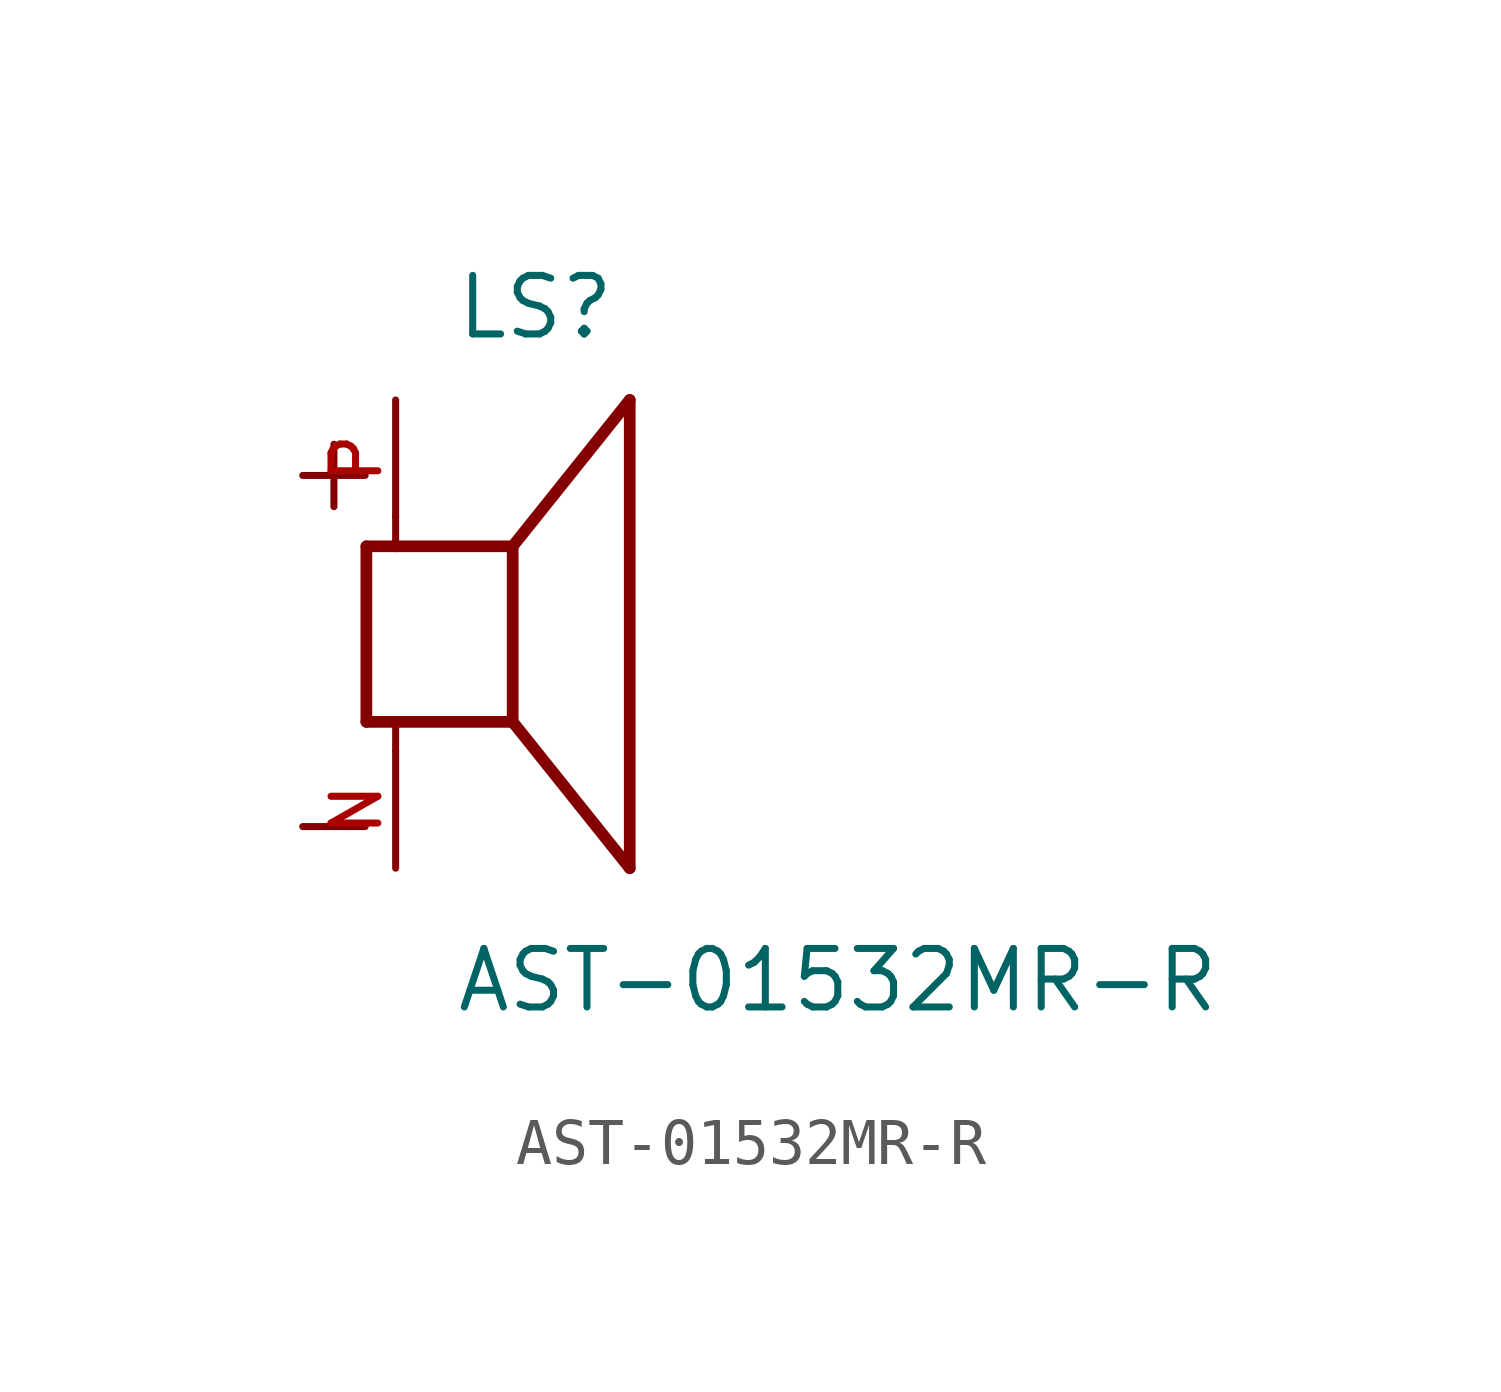
<source format=kicad_sym>
(kicad_symbol_lib
  (version 20211014)
  (generator kicad_symbol_editor)
  (symbol "AST-01532MR-R"
    (pin_names
      (offset 1.016))
    (property "Reference" "LS"
      (at -1.27 6.35 0)
      (effects (font (size 1.27 1.27)) (justify bottom left)))
    (property "Value" "AST-01532MR-R"
      (at -1.27 -8.255 0)
      (effects (font (size 1.27 1.27)) (justify bottom left)))
    (symbol "AST-01532MR-R_0_0"
      (polyline (pts (xy -3.175 1.905) (xy -3.175 -1.905)) (stroke (width 0.254)))
      (polyline (pts (xy -3.175 -1.905) (xy -2.54 -1.905)) (stroke (width 0.254)))
      (polyline (pts (xy 0.0 -1.905) (xy 0.0 1.905)) (stroke (width 0.254)))
      (polyline (pts (xy -3.175 1.905) (xy -2.54 1.905)) (stroke (width 0.254)))
      (polyline (pts (xy 0.0 -1.905) (xy 2.54 -5.08)) (stroke (width 0.254)))
      (polyline (pts (xy 2.54 -5.08) (xy 2.54 5.08)) (stroke (width 0.254)))
      (polyline (pts (xy 0.0 1.905) (xy 2.54 5.08)) (stroke (width 0.254)))
      (polyline (pts (xy -2.54 -2.54) (xy -2.54 -1.905)) (stroke (width 0.152)))
      (polyline (pts (xy -2.54 -1.905) (xy 0.0 -1.905)) (stroke (width 0.254)))
      (polyline (pts (xy -2.54 2.54) (xy -2.54 1.905)) (stroke (width 0.152)))
      (polyline (pts (xy -2.54 1.905) (xy 0.0 1.905)) (stroke (width 0.254)))
      (text "+" (at -5.08 2.54 0) (effects (font (size 1.778 1.778)) (justify bottom left)))
      (text "-" (at -5.08 -5.08 0) (effects (font (size 1.778 1.778)) (justify bottom left)))
      (pin passive line (at -2.54 -5.08 90.0) (length 2.54) (name "~" (effects (font (size 1.016 1.016)))) (number "N" (effects (font (size 1.016 1.016)))))
      (pin passive line (at -2.54 5.08 270.0) (length 2.54) (name "~" (effects (font (size 1.016 1.016)))) (number "P" (effects (font (size 1.016 1.016))))))))
</source>
